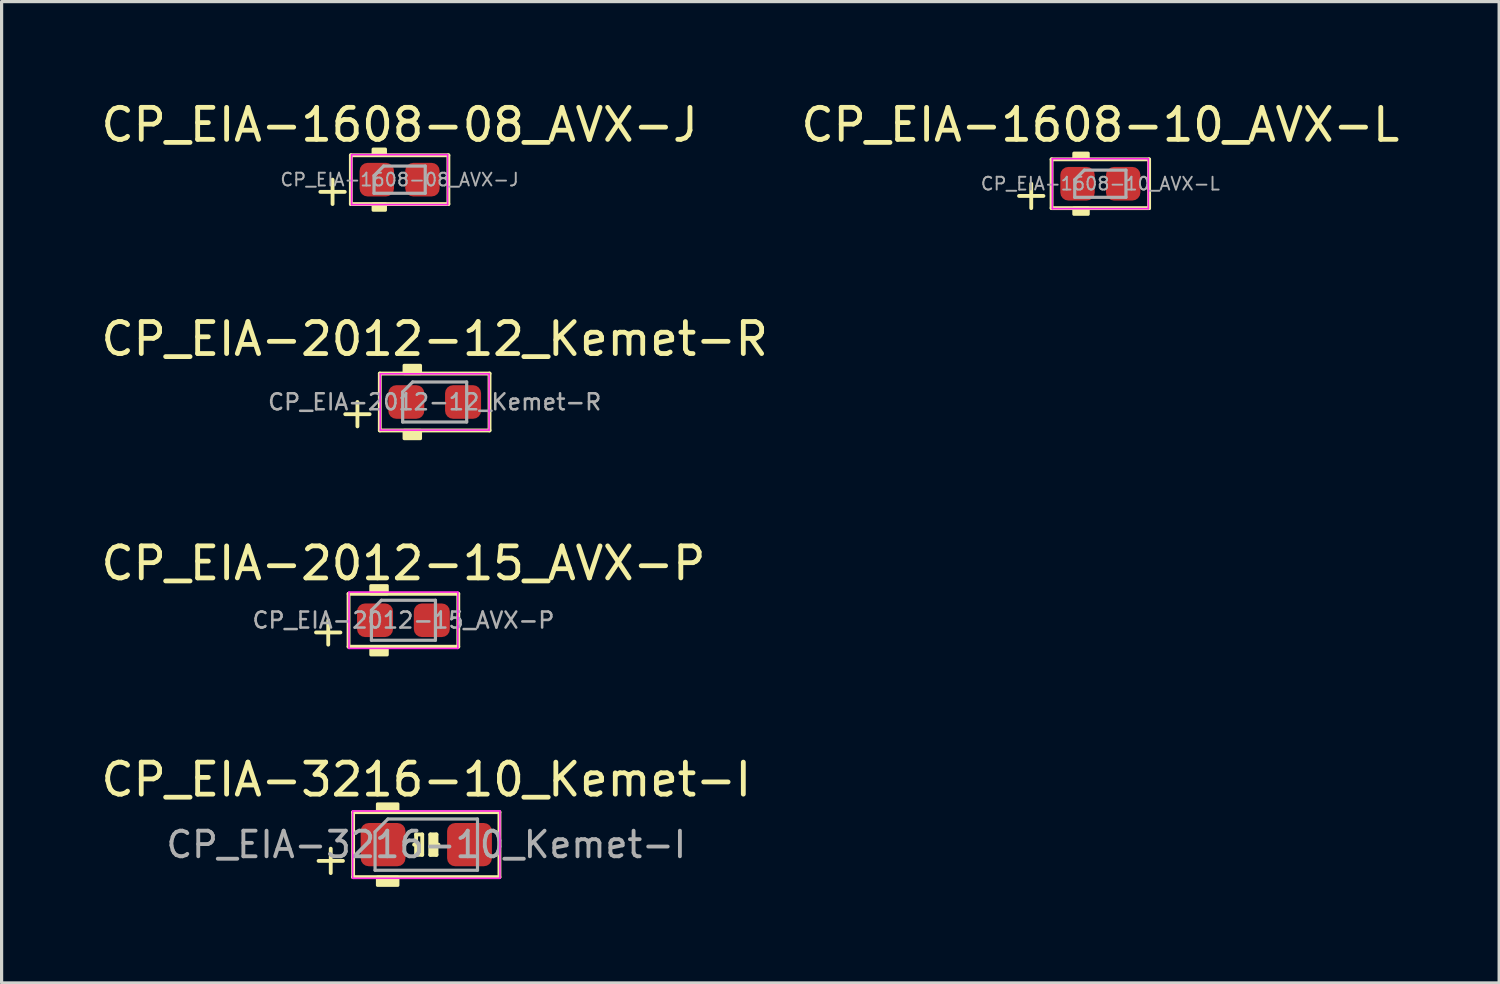
<source format=kicad_pcb>
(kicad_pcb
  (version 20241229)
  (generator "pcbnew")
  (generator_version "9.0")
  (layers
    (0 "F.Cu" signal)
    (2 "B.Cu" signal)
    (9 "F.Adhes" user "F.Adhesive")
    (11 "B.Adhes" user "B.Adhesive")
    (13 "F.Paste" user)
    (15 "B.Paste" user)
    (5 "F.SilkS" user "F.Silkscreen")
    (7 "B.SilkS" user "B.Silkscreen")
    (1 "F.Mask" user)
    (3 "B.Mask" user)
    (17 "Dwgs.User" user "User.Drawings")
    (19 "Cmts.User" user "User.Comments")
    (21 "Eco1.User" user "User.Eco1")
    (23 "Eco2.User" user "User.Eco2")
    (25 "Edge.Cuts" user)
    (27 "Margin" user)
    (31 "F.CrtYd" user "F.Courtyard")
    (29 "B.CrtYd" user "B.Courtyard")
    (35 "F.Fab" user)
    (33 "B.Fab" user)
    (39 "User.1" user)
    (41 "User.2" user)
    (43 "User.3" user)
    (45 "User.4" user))
  (footprint "CP_EIA-1608-08_AVX-J"
    (layer "F.Cu")
    (at 9.435 2.563)
    (property "Reference" "CP_EIA-1608-08_AVX-J" (at 0 -1.714 0) (layer "F.SilkS") (effects (font (size 1 1) (thickness 0.15))))
    (attr smd)
    (fp_line (start -2.477 0.381) (end -1.714 0.381) (stroke (width 0.12) (type solid)) (layer "F.SilkS"))
    (fp_line (start -2.095 0) (end -2.095 0.762) (stroke (width 0.12) (type solid)) (layer "F.SilkS"))
    (fp_line (start -1.524 -0.762) (end -1.524 0.762) (stroke (width 0.12) (type solid)) (layer "F.SilkS"))
    (fp_line (start -1.524 0.762) (end 1.524 0.762) (stroke (width 0.12) (type solid)) (layer "F.SilkS"))
    (fp_line (start 1.524 -0.762) (end -1.524 -0.762) (stroke (width 0.12) (type solid)) (layer "F.SilkS"))
    (fp_line (start 1.524 0.762) (end 1.524 -0.762) (stroke (width 0.12) (type solid)) (layer "F.SilkS"))
    (fp_poly (pts (xy -0.445 -0.762) (xy -0.826 -0.762) (xy -0.826 -0.953) (xy -0.445 -0.953)) (stroke (width 0.1) (type solid)) (fill yes) (layer "F.SilkS"))
    (fp_poly (pts (xy -0.445 0.953) (xy -0.826 0.953) (xy -0.826 0.762) (xy -0.445 0.762)) (stroke (width 0.1) (type solid)) (fill yes) (layer "F.SilkS"))
    (fp_line (start -1.5 -0.78) (end 1.5 -0.78) (stroke (width 0.05) (type solid)) (layer "F.CrtYd"))
    (fp_line (start -1.5 0.78) (end -1.5 -0.78) (stroke (width 0.05) (type solid)) (layer "F.CrtYd"))
    (fp_line (start 1.5 -0.78) (end 1.5 0.78) (stroke (width 0.05) (type solid)) (layer "F.CrtYd"))
    (fp_line (start 1.5 0.78) (end -1.5 0.78) (stroke (width 0.05) (type solid)) (layer "F.CrtYd"))
    (fp_line (start -0.8 -0.125) (end -0.8 0.425) (stroke (width 0.1) (type solid)) (layer "F.Fab"))
    (fp_line (start -0.8 0.425) (end 0.8 0.425) (stroke (width 0.1) (type solid)) (layer "F.Fab"))
    (fp_line (start -0.5 -0.425) (end -0.8 -0.125) (stroke (width 0.1) (type solid)) (layer "F.Fab"))
    (fp_line (start 0.8 -0.425) (end -0.5 -0.425) (stroke (width 0.1) (type solid)) (layer "F.Fab"))
    (fp_line (start 0.8 0.425) (end 0.8 -0.425) (stroke (width 0.1) (type solid)) (layer "F.Fab"))
    (fp_text user "${REFERENCE}" (at 0 0 0) (layer "F.Fab") (effects (font (size 0.4 0.4) (thickness 0.06))))
    (pad "1" smd roundrect (at -0.713 0) (size 1.075 1.05) (layers "F.Cu" "F.Mask" "F.Paste") (roundrect_rratio 0.238))
    (pad "2" smd roundrect (at 0.713 0) (size 1.075 1.05) (layers "F.Cu" "F.Mask" "F.Paste") (roundrect_rratio 0.238)))
  (footprint "CP_EIA-2012-15_AVX-P"
    (layer "F.Cu")
    (at 9.554 16.328)
    (property "Reference" "CP_EIA-2012-15_AVX-P" (at 0 -1.778 0) (layer "F.SilkS") (effects (font (size 1 1) (thickness 0.15))))
    (attr smd)
    (fp_line (start -2.731 0.381) (end -1.968 0.381) (stroke (width 0.12) (type solid)) (layer "F.SilkS"))
    (fp_line (start -2.349 0) (end -2.349 0.762) (stroke (width 0.12) (type solid)) (layer "F.SilkS"))
    (fp_line (start -1.714 -0.826) (end -1.714 0.826) (stroke (width 0.12) (type solid)) (layer "F.SilkS"))
    (fp_line (start -1.714 0.826) (end 1.714 0.826) (stroke (width 0.12) (type solid)) (layer "F.SilkS"))
    (fp_line (start 1.714 -0.826) (end -1.714 -0.826) (stroke (width 0.12) (type solid)) (layer "F.SilkS"))
    (fp_line (start 1.714 0.826) (end 1.714 -0.826) (stroke (width 0.12) (type solid)) (layer "F.SilkS"))
    (fp_poly (pts (xy -0.508 -0.826) (xy -1.016 -0.826) (xy -1.016 -1.079) (xy -0.508 -1.079)) (stroke (width 0.1) (type solid)) (fill yes) (layer "F.SilkS"))
    (fp_poly (pts (xy -0.508 1.079) (xy -1.016 1.079) (xy -1.016 0.826) (xy -0.508 0.826)) (stroke (width 0.1) (type solid)) (fill yes) (layer "F.SilkS"))
    (fp_line (start -1.7 -0.88) (end 1.7 -0.88) (stroke (width 0.05) (type solid)) (layer "F.CrtYd"))
    (fp_line (start -1.7 0.88) (end -1.7 -0.88) (stroke (width 0.05) (type solid)) (layer "F.CrtYd"))
    (fp_line (start 1.7 -0.88) (end 1.7 0.88) (stroke (width 0.05) (type solid)) (layer "F.CrtYd"))
    (fp_line (start 1.7 0.88) (end -1.7 0.88) (stroke (width 0.05) (type solid)) (layer "F.CrtYd"))
    (fp_line (start -1 -0.312) (end -1 0.625) (stroke (width 0.1) (type solid)) (layer "F.Fab"))
    (fp_line (start -1 0.625) (end 1 0.625) (stroke (width 0.1) (type solid)) (layer "F.Fab"))
    (fp_line (start -0.688 -0.625) (end -1 -0.312) (stroke (width 0.1) (type solid)) (layer "F.Fab"))
    (fp_line (start 1 -0.625) (end -0.688 -0.625) (stroke (width 0.1) (type solid)) (layer "F.Fab"))
    (fp_line (start 1 0.625) (end 1 -0.625) (stroke (width 0.1) (type solid)) (layer "F.Fab"))
    (fp_text user "${REFERENCE}" (at 0 0 0) (layer "F.Fab") (effects (font (size 0.5 0.5) (thickness 0.08))))
    (pad "1" smd roundrect (at -0.887 0) (size 1.125 1.05) (layers "F.Cu" "F.Mask" "F.Paste") (roundrect_rratio 0.238))
    (pad "2" smd roundrect (at 0.887 0) (size 1.125 1.05) (layers "F.Cu" "F.Mask" "F.Paste") (roundrect_rratio 0.238)))
  (footprint "CP_EIA-2012-12_Kemet-R"
    (layer "F.Cu")
    (at 10.53 9.509)
    (property "Reference" "CP_EIA-2012-12_Kemet-R" (at 0 -1.968 0) (layer "F.SilkS") (effects (font (size 1 1) (thickness 0.15))))
    (attr smd)
    (fp_line (start -2.794 0.381) (end -2.032 0.381) (stroke (width 0.12) (type solid)) (layer "F.SilkS"))
    (fp_line (start -2.413 0) (end -2.413 0.762) (stroke (width 0.12) (type solid)) (layer "F.SilkS"))
    (fp_line (start -1.714 -0.889) (end -1.714 0.889) (stroke (width 0.12) (type solid)) (layer "F.SilkS"))
    (fp_line (start -1.714 0.889) (end 1.714 0.889) (stroke (width 0.12) (type solid)) (layer "F.SilkS"))
    (fp_line (start 1.714 -0.889) (end -1.714 -0.889) (stroke (width 0.12) (type solid)) (layer "F.SilkS"))
    (fp_line (start 1.714 0.889) (end 1.714 -0.889) (stroke (width 0.12) (type solid)) (layer "F.SilkS"))
    (fp_poly (pts (xy -0.445 -0.889) (xy -0.953 -0.889) (xy -0.953 -1.143) (xy -0.445 -1.143)) (stroke (width 0.1) (type solid)) (fill yes) (layer "F.SilkS"))
    (fp_poly (pts (xy -0.445 1.143) (xy -0.953 1.143) (xy -0.953 0.889) (xy -0.445 0.889)) (stroke (width 0.1) (type solid)) (fill yes) (layer "F.SilkS"))
    (fp_line (start -1.7 -0.88) (end 1.7 -0.88) (stroke (width 0.05) (type solid)) (layer "F.CrtYd"))
    (fp_line (start -1.7 0.88) (end -1.7 -0.88) (stroke (width 0.05) (type solid)) (layer "F.CrtYd"))
    (fp_line (start 1.7 -0.88) (end 1.7 0.88) (stroke (width 0.05) (type solid)) (layer "F.CrtYd"))
    (fp_line (start 1.7 0.88) (end -1.7 0.88) (stroke (width 0.05) (type solid)) (layer "F.CrtYd"))
    (fp_line (start -1 -0.312) (end -1 0.625) (stroke (width 0.1) (type solid)) (layer "F.Fab"))
    (fp_line (start -1 0.625) (end 1 0.625) (stroke (width 0.1) (type solid)) (layer "F.Fab"))
    (fp_line (start -0.688 -0.625) (end -1 -0.312) (stroke (width 0.1) (type solid)) (layer "F.Fab"))
    (fp_line (start 1 -0.625) (end -0.688 -0.625) (stroke (width 0.1) (type solid)) (layer "F.Fab"))
    (fp_line (start 1 0.625) (end 1 -0.625) (stroke (width 0.1) (type solid)) (layer "F.Fab"))
    (fp_text user "${REFERENCE}" (at 0 0 0) (layer "F.Fab") (effects (font (size 0.5 0.5) (thickness 0.08))))
    (pad "1" smd roundrect (at -0.887 0) (size 1.125 1.05) (layers "F.Cu" "F.Mask" "F.Paste") (roundrect_rratio 0.238))
    (pad "2" smd roundrect (at 0.887 0) (size 1.125 1.05) (layers "F.Cu" "F.Mask" "F.Paste") (roundrect_rratio 0.238)))
  (footprint "CP_EIA-3216-10_Kemet-I"
    (layer "F.Cu")
    (at 10.268 23.338)
    (property "Reference" "CP_EIA-3216-10_Kemet-I" (at 0 -2.032 0) (layer "F.SilkS") (effects (font (size 1 1) (thickness 0.15))))
    (attr smd)
    (fp_line (start -3.365 0.508) (end -2.603 0.508) (stroke (width 0.12) (type solid)) (layer "F.SilkS"))
    (fp_line (start -2.985 0.127) (end -2.985 0.889) (stroke (width 0.12) (type solid)) (layer "F.SilkS"))
    (fp_line (start -2.286 -1.016) (end -2.286 1.016) (stroke (width 0.12) (type solid)) (layer "F.SilkS"))
    (fp_line (start -2.286 1.016) (end 2.286 1.016) (stroke (width 0.12) (type solid)) (layer "F.SilkS"))
    (fp_line (start -0.381 0) (end -0.318 0) (stroke (width 0.12) (type solid)) (layer "F.SilkS"))
    (fp_line (start -0.318 -0.318) (end -0.318 0) (stroke (width 0.12) (type solid)) (layer "F.SilkS"))
    (fp_line (start -0.318 0) (end -0.318 0.318) (stroke (width 0.12) (type solid)) (layer "F.SilkS"))
    (fp_line (start -0.318 0.318) (end -0.127 0.318) (stroke (width 0.12) (type solid)) (layer "F.SilkS"))
    (fp_line (start -0.127 -0.318) (end -0.318 -0.318) (stroke (width 0.12) (type solid)) (layer "F.SilkS"))
    (fp_line (start -0.127 0.318) (end -0.127 -0.318) (stroke (width 0.12) (type solid)) (layer "F.SilkS"))
    (fp_line (start 0.127 -0.318) (end 0.127 0.318) (stroke (width 0.12) (type solid)) (layer "F.SilkS"))
    (fp_line (start 0.127 0.318) (end 0.318 0.318) (stroke (width 0.12) (type solid)) (layer "F.SilkS"))
    (fp_line (start 0.318 -0.318) (end 0.127 -0.318) (stroke (width 0.12) (type solid)) (layer "F.SilkS"))
    (fp_line (start 0.318 0) (end 0.318 -0.318) (stroke (width 0.12) (type solid)) (layer "F.SilkS"))
    (fp_line (start 0.318 0.318) (end 0.318 0) (stroke (width 0.12) (type solid)) (layer "F.SilkS"))
    (fp_line (start 0.381 0) (end 0.318 0) (stroke (width 0.12) (type solid)) (layer "F.SilkS"))
    (fp_line (start 2.286 -1.016) (end -2.286 -1.016) (stroke (width 0.12) (type solid)) (layer "F.SilkS"))
    (fp_line (start 2.286 1.016) (end 2.286 -1.016) (stroke (width 0.12) (type solid)) (layer "F.SilkS"))
    (fp_poly (pts (xy -0.889 -1.016) (xy -1.524 -1.016) (xy -1.524 -1.27) (xy -0.889 -1.27)) (stroke (width 0.1) (type solid)) (fill yes) (layer "F.SilkS"))
    (fp_poly (pts (xy -0.889 1.27) (xy -1.524 1.27) (xy -1.524 1.016) (xy -0.889 1.016)) (stroke (width 0.1) (type solid)) (fill yes) (layer "F.SilkS"))
    (fp_poly (pts (xy 0.318 0.318) (xy 0.127 0.318) (xy 0.127 -0.318) (xy 0.318 -0.318)) (stroke (width 0.1) (type solid)) (fill yes) (layer "F.SilkS"))
    (fp_line (start -2.3 -1.05) (end 2.3 -1.05) (stroke (width 0.05) (type solid)) (layer "F.CrtYd"))
    (fp_line (start -2.3 1.05) (end -2.3 -1.05) (stroke (width 0.05) (type solid)) (layer "F.CrtYd"))
    (fp_line (start 2.3 -1.05) (end 2.3 1.05) (stroke (width 0.05) (type solid)) (layer "F.CrtYd"))
    (fp_line (start 2.3 1.05) (end -2.3 1.05) (stroke (width 0.05) (type solid)) (layer "F.CrtYd"))
    (fp_line (start -1.6 -0.4) (end -1.6 0.8) (stroke (width 0.1) (type solid)) (layer "F.Fab"))
    (fp_line (start -1.6 0.8) (end 1.6 0.8) (stroke (width 0.1) (type solid)) (layer "F.Fab"))
    (fp_line (start -1.2 -0.8) (end -1.6 -0.4) (stroke (width 0.1) (type solid)) (layer "F.Fab"))
    (fp_line (start 1.6 -0.8) (end -1.2 -0.8) (stroke (width 0.1) (type solid)) (layer "F.Fab"))
    (fp_line (start 1.6 0.8) (end 1.6 -0.8) (stroke (width 0.1) (type solid)) (layer "F.Fab"))
    (fp_text user "${REFERENCE}" (at 0 0 0) (layer "F.Fab") (effects (font (size 0.8 0.8) (thickness 0.12))))
    (pad "1" smd roundrect (at -1.35 0) (size 1.4 1.35) (layers "F.Cu" "F.Mask" "F.Paste") (roundrect_rratio 0.185))
    (pad "2" smd roundrect (at 1.35 0) (size 1.4 1.35) (layers "F.Cu" "F.Mask" "F.Paste") (roundrect_rratio 0.185)))
  (footprint "CP_EIA-1608-10_AVX-L"
    (layer "F.Cu")
    (at 31.327 2.69)
    (property "Reference" "CP_EIA-1608-10_AVX-L" (at 0 -1.841 0) (layer "F.SilkS") (effects (font (size 1 1) (thickness 0.15))))
    (attr smd)
    (fp_line (start -2.54 0.381) (end -1.778 0.381) (stroke (width 0.12) (type solid)) (layer "F.SilkS"))
    (fp_line (start -2.159 0) (end -2.159 0.762) (stroke (width 0.12) (type solid)) (layer "F.SilkS"))
    (fp_line (start -1.524 -0.762) (end -1.524 0.762) (stroke (width 0.12) (type solid)) (layer "F.SilkS"))
    (fp_line (start -1.524 0.762) (end 1.524 0.762) (stroke (width 0.12) (type solid)) (layer "F.SilkS"))
    (fp_line (start 1.524 -0.762) (end -1.524 -0.762) (stroke (width 0.12) (type solid)) (layer "F.SilkS"))
    (fp_line (start 1.524 0.762) (end 1.524 -0.762) (stroke (width 0.12) (type solid)) (layer "F.SilkS"))
    (fp_poly (pts (xy -0.381 -0.762) (xy -0.826 -0.762) (xy -0.826 -0.953) (xy -0.381 -0.953)) (stroke (width 0.1) (type solid)) (fill yes) (layer "F.SilkS"))
    (fp_poly (pts (xy -0.381 0.953) (xy -0.826 0.953) (xy -0.826 0.762) (xy -0.381 0.762)) (stroke (width 0.1) (type solid)) (fill yes) (layer "F.SilkS"))
    (fp_line (start -1.5 -0.78) (end 1.5 -0.78) (stroke (width 0.05) (type solid)) (layer "F.CrtYd"))
    (fp_line (start -1.5 0.78) (end -1.5 -0.78) (stroke (width 0.05) (type solid)) (layer "F.CrtYd"))
    (fp_line (start 1.5 -0.78) (end 1.5 0.78) (stroke (width 0.05) (type solid)) (layer "F.CrtYd"))
    (fp_line (start 1.5 0.78) (end -1.5 0.78) (stroke (width 0.05) (type solid)) (layer "F.CrtYd"))
    (fp_line (start -0.8 -0.125) (end -0.8 0.425) (stroke (width 0.1) (type solid)) (layer "F.Fab"))
    (fp_line (start -0.8 0.425) (end 0.8 0.425) (stroke (width 0.1) (type solid)) (layer "F.Fab"))
    (fp_line (start -0.5 -0.425) (end -0.8 -0.125) (stroke (width 0.1) (type solid)) (layer "F.Fab"))
    (fp_line (start 0.8 -0.425) (end -0.5 -0.425) (stroke (width 0.1) (type solid)) (layer "F.Fab"))
    (fp_line (start 0.8 0.425) (end 0.8 -0.425) (stroke (width 0.1) (type solid)) (layer "F.Fab"))
    (fp_text user "${REFERENCE}" (at 0 0 0) (layer "F.Fab") (effects (font (size 0.4 0.4) (thickness 0.06))))
    (pad "1" smd roundrect (at -0.713 0) (size 1.075 1.05) (layers "F.Cu" "F.Mask" "F.Paste") (roundrect_rratio 0.238))
    (pad "2" smd roundrect (at 0.713 0) (size 1.075 1.05) (layers "F.Cu" "F.Mask" "F.Paste") (roundrect_rratio 0.238)))
  (gr_rect
    (start -3 -3)
    (end 43.786 27.658)
    (stroke (width 0.1) (type default))
    (fill no)
    (layer "Edge.Cuts")))
</source>
